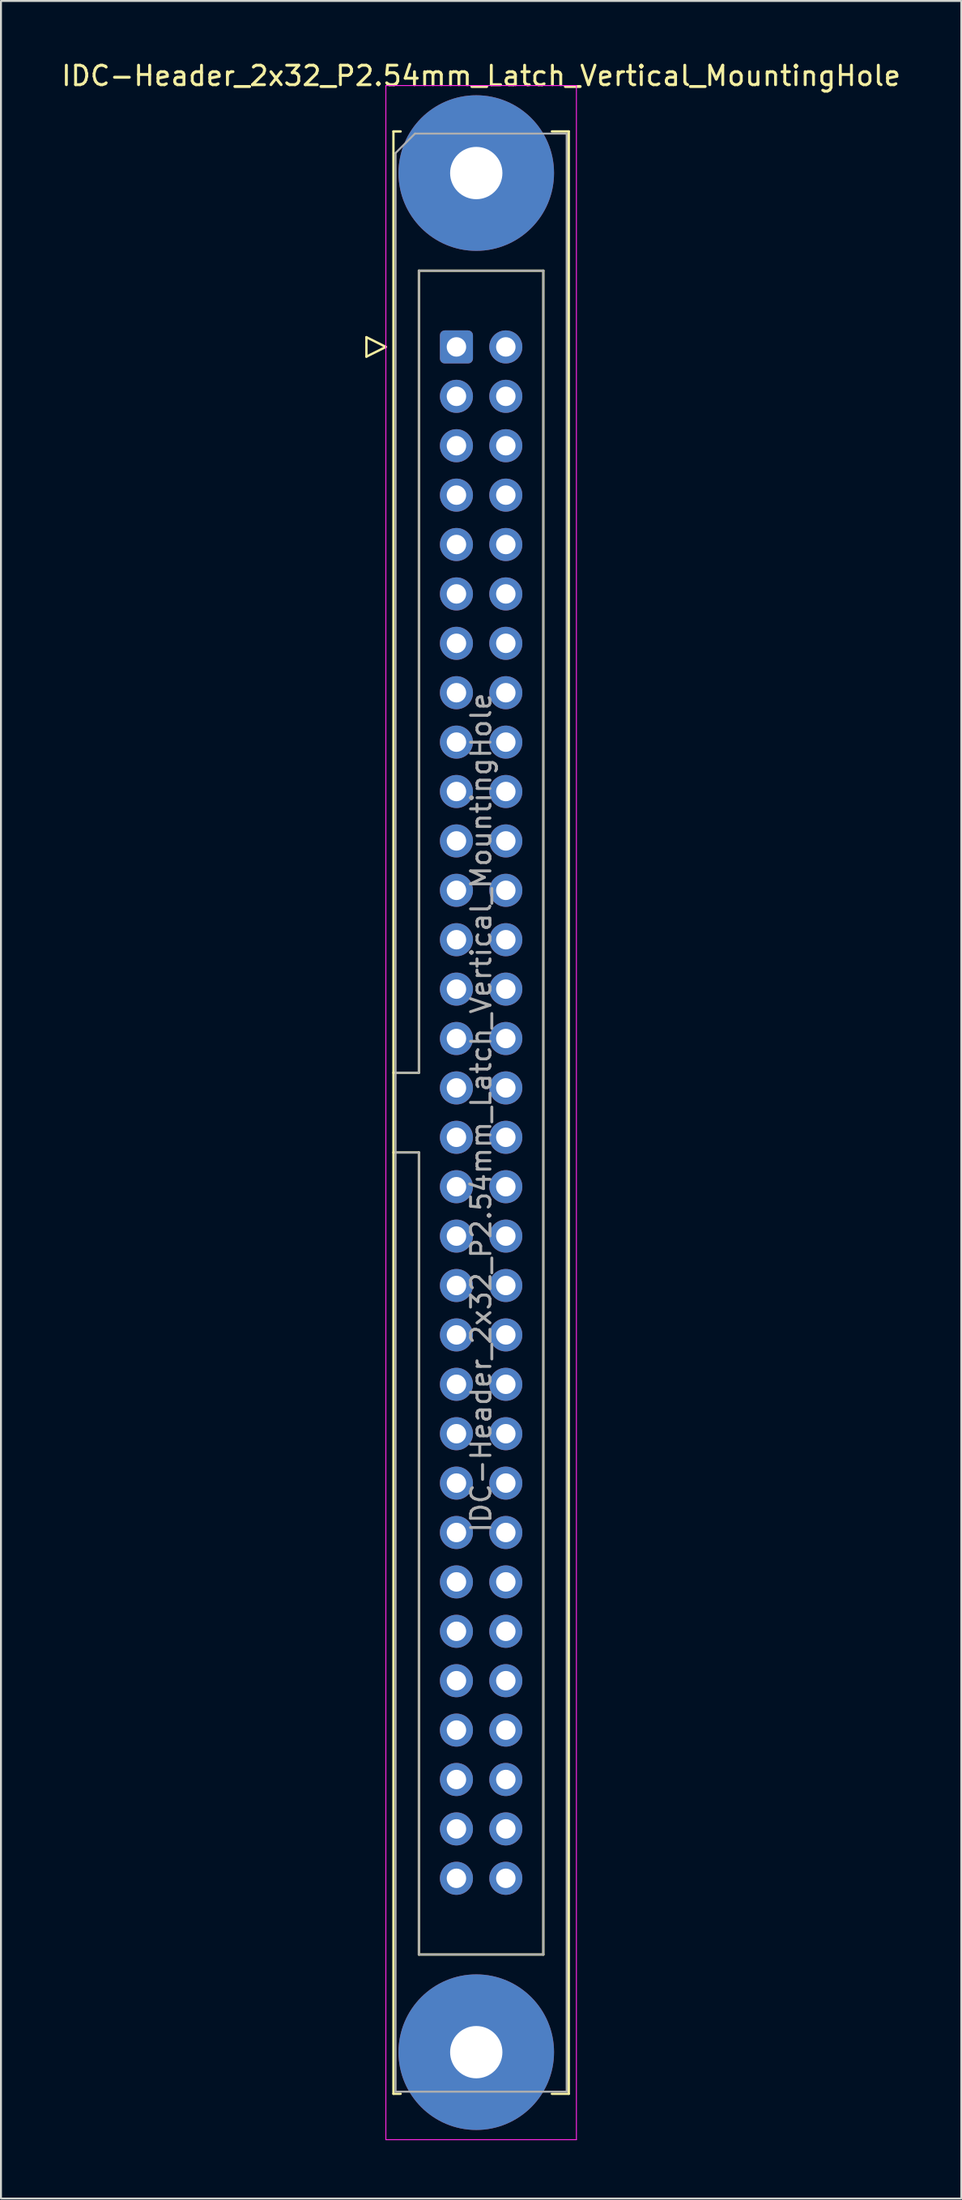
<source format=kicad_pcb>
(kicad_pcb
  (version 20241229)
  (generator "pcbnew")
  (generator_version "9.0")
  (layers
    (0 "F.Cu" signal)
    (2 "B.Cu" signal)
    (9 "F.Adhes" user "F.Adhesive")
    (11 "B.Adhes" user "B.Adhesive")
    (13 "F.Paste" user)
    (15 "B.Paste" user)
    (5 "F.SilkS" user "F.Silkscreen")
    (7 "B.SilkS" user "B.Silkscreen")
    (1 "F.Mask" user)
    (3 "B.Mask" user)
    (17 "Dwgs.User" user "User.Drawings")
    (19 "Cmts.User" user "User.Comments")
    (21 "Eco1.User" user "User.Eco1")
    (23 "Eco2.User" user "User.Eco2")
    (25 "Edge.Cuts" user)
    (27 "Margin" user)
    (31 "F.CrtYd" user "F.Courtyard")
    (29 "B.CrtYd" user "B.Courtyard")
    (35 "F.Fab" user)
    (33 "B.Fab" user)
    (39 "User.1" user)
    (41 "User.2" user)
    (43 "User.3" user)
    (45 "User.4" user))
  (footprint "IDC-Header_2x32_P2.54mm_Latch_Vertical_MountingHole"
    (layer "F.Cu")
    (at 20.426 14.788)
    (property "Reference" "IDC-Header_2x32_P2.54mm_Latch_Vertical_MountingHole" (at 1.27 -13.94 0) (layer "F.SilkS") (effects (font (size 1 1) (thickness 0.15))))
    (attr through_hole)
    (fp_line (start -4.63 -0.5) (end -4.63 0.5) (stroke (width 0.12) (type solid)) (layer "F.SilkS"))
    (fp_line (start -4.63 0.5) (end -3.63 0) (stroke (width 0.12) (type solid)) (layer "F.SilkS"))
    (fp_line (start -3.63 0) (end -4.63 -0.5) (stroke (width 0.12) (type solid)) (layer "F.SilkS"))
    (fp_line (start -3.24 -11.08) (end -3.24 89.82) (stroke (width 0.12) (type solid)) (layer "F.SilkS"))
    (fp_line (start -3.24 37.32) (end -1.93 37.32) (stroke (width 0.12) (type solid)) (layer "F.SilkS"))
    (fp_line (start -3.24 89.82) (end -2.87 89.82) (stroke (width 0.12) (type solid)) (layer "F.SilkS"))
    (fp_line (start -2.87 -11.08) (end -3.24 -11.08) (stroke (width 0.12) (type solid)) (layer "F.SilkS"))
    (fp_line (start -1.93 -3.92) (end 4.47 -3.92) (stroke (width 0.12) (type solid)) (layer "F.SilkS"))
    (fp_line (start -1.93 37.32) (end -1.93 -3.92) (stroke (width 0.12) (type solid)) (layer "F.SilkS"))
    (fp_line (start -1.93 41.42) (end -3.24 41.42) (stroke (width 0.12) (type solid)) (layer "F.SilkS"))
    (fp_line (start -1.93 41.42) (end -1.93 41.42) (stroke (width 0.12) (type solid)) (layer "F.SilkS"))
    (fp_line (start -1.93 82.66) (end -1.93 41.42) (stroke (width 0.12) (type solid)) (layer "F.SilkS"))
    (fp_line (start 4.47 -3.92) (end 4.47 82.66) (stroke (width 0.12) (type solid)) (layer "F.SilkS"))
    (fp_line (start 4.47 82.66) (end -1.93 82.66) (stroke (width 0.12) (type solid)) (layer "F.SilkS"))
    (fp_line (start 4.91 -11.08) (end 5.78 -11.08) (stroke (width 0.12) (type solid)) (layer "F.SilkS"))
    (fp_line (start 5.78 -11.08) (end 5.78 89.82) (stroke (width 0.12) (type solid)) (layer "F.SilkS"))
    (fp_line (start 5.78 89.82) (end 4.91 89.82) (stroke (width 0.12) (type solid)) (layer "F.SilkS"))
    (fp_line (start -3.63 -13.44) (end -3.63 92.18) (stroke (width 0.05) (type solid)) (layer "F.CrtYd"))
    (fp_line (start -3.63 92.18) (end 6.17 92.18) (stroke (width 0.05) (type solid)) (layer "F.CrtYd"))
    (fp_line (start 6.17 -13.44) (end -3.63 -13.44) (stroke (width 0.05) (type solid)) (layer "F.CrtYd"))
    (fp_line (start 6.17 92.18) (end 6.17 -13.44) (stroke (width 0.05) (type solid)) (layer "F.CrtYd"))
    (fp_line (start -3.13 -9.97) (end -2.13 -10.97) (stroke (width 0.1) (type solid)) (layer "F.Fab"))
    (fp_line (start -3.13 37.32) (end -1.93 37.32) (stroke (width 0.1) (type solid)) (layer "F.Fab"))
    (fp_line (start -3.13 89.71) (end -3.13 -9.97) (stroke (width 0.1) (type solid)) (layer "F.Fab"))
    (fp_line (start -2.13 -10.97) (end 5.67 -10.97) (stroke (width 0.1) (type solid)) (layer "F.Fab"))
    (fp_line (start -1.93 -3.92) (end 4.47 -3.92) (stroke (width 0.1) (type solid)) (layer "F.Fab"))
    (fp_line (start -1.93 37.32) (end -1.93 -3.92) (stroke (width 0.1) (type solid)) (layer "F.Fab"))
    (fp_line (start -1.93 41.42) (end -3.13 41.42) (stroke (width 0.1) (type solid)) (layer "F.Fab"))
    (fp_line (start -1.93 41.42) (end -1.93 41.42) (stroke (width 0.1) (type solid)) (layer "F.Fab"))
    (fp_line (start -1.93 82.66) (end -1.93 41.42) (stroke (width 0.1) (type solid)) (layer "F.Fab"))
    (fp_line (start 4.47 -3.92) (end 4.47 82.66) (stroke (width 0.1) (type solid)) (layer "F.Fab"))
    (fp_line (start 4.47 82.66) (end -1.93 82.66) (stroke (width 0.1) (type solid)) (layer "F.Fab"))
    (fp_line (start 5.67 -10.97) (end 5.67 89.71) (stroke (width 0.1) (type solid)) (layer "F.Fab"))
    (fp_line (start 5.67 89.71) (end -3.13 89.71) (stroke (width 0.1) (type solid)) (layer "F.Fab"))
    (fp_text user "${REFERENCE}" (at 1.27 39.37 90) (layer "F.Fab") (effects (font (size 1 1) (thickness 0.15))))
    (pad "" thru_hole circle (at 1.02 -8.94) (size 8 8) (drill 2.69) (layers "*.Cu" "*.Mask"))
    (pad "" thru_hole circle (at 1.02 87.68) (size 8 8) (drill 2.69) (layers "*.Cu" "*.Mask"))
    (pad "1" thru_hole roundrect (at 0 0) (size 1.7 1.7) (drill 1) (layers "*.Cu" "*.Mask") (roundrect_rratio 0.147))
    (pad "2" thru_hole circle (at 2.54 0) (size 1.7 1.7) (drill 1) (layers "*.Cu" "*.Mask"))
    (pad "3" thru_hole circle (at 0 2.54) (size 1.7 1.7) (drill 1) (layers "*.Cu" "*.Mask"))
    (pad "4" thru_hole circle (at 2.54 2.54) (size 1.7 1.7) (drill 1) (layers "*.Cu" "*.Mask"))
    (pad "5" thru_hole circle (at 0 5.08) (size 1.7 1.7) (drill 1) (layers "*.Cu" "*.Mask"))
    (pad "6" thru_hole circle (at 2.54 5.08) (size 1.7 1.7) (drill 1) (layers "*.Cu" "*.Mask"))
    (pad "7" thru_hole circle (at 0 7.62) (size 1.7 1.7) (drill 1) (layers "*.Cu" "*.Mask"))
    (pad "8" thru_hole circle (at 2.54 7.62) (size 1.7 1.7) (drill 1) (layers "*.Cu" "*.Mask"))
    (pad "9" thru_hole circle (at 0 10.16) (size 1.7 1.7) (drill 1) (layers "*.Cu" "*.Mask"))
    (pad "10" thru_hole circle (at 2.54 10.16) (size 1.7 1.7) (drill 1) (layers "*.Cu" "*.Mask"))
    (pad "11" thru_hole circle (at 0 12.7) (size 1.7 1.7) (drill 1) (layers "*.Cu" "*.Mask"))
    (pad "12" thru_hole circle (at 2.54 12.7) (size 1.7 1.7) (drill 1) (layers "*.Cu" "*.Mask"))
    (pad "13" thru_hole circle (at 0 15.24) (size 1.7 1.7) (drill 1) (layers "*.Cu" "*.Mask"))
    (pad "14" thru_hole circle (at 2.54 15.24) (size 1.7 1.7) (drill 1) (layers "*.Cu" "*.Mask"))
    (pad "15" thru_hole circle (at 0 17.78) (size 1.7 1.7) (drill 1) (layers "*.Cu" "*.Mask"))
    (pad "16" thru_hole circle (at 2.54 17.78) (size 1.7 1.7) (drill 1) (layers "*.Cu" "*.Mask"))
    (pad "17" thru_hole circle (at 0 20.32) (size 1.7 1.7) (drill 1) (layers "*.Cu" "*.Mask"))
    (pad "18" thru_hole circle (at 2.54 20.32) (size 1.7 1.7) (drill 1) (layers "*.Cu" "*.Mask"))
    (pad "19" thru_hole circle (at 0 22.86) (size 1.7 1.7) (drill 1) (layers "*.Cu" "*.Mask"))
    (pad "20" thru_hole circle (at 2.54 22.86) (size 1.7 1.7) (drill 1) (layers "*.Cu" "*.Mask"))
    (pad "21" thru_hole circle (at 0 25.4) (size 1.7 1.7) (drill 1) (layers "*.Cu" "*.Mask"))
    (pad "22" thru_hole circle (at 2.54 25.4) (size 1.7 1.7) (drill 1) (layers "*.Cu" "*.Mask"))
    (pad "23" thru_hole circle (at 0 27.94) (size 1.7 1.7) (drill 1) (layers "*.Cu" "*.Mask"))
    (pad "24" thru_hole circle (at 2.54 27.94) (size 1.7 1.7) (drill 1) (layers "*.Cu" "*.Mask"))
    (pad "25" thru_hole circle (at 0 30.48) (size 1.7 1.7) (drill 1) (layers "*.Cu" "*.Mask"))
    (pad "26" thru_hole circle (at 2.54 30.48) (size 1.7 1.7) (drill 1) (layers "*.Cu" "*.Mask"))
    (pad "27" thru_hole circle (at 0 33.02) (size 1.7 1.7) (drill 1) (layers "*.Cu" "*.Mask"))
    (pad "28" thru_hole circle (at 2.54 33.02) (size 1.7 1.7) (drill 1) (layers "*.Cu" "*.Mask"))
    (pad "29" thru_hole circle (at 0 35.56) (size 1.7 1.7) (drill 1) (layers "*.Cu" "*.Mask"))
    (pad "30" thru_hole circle (at 2.54 35.56) (size 1.7 1.7) (drill 1) (layers "*.Cu" "*.Mask"))
    (pad "31" thru_hole circle (at 0 38.1) (size 1.7 1.7) (drill 1) (layers "*.Cu" "*.Mask"))
    (pad "32" thru_hole circle (at 2.54 38.1) (size 1.7 1.7) (drill 1) (layers "*.Cu" "*.Mask"))
    (pad "33" thru_hole circle (at 0 40.64) (size 1.7 1.7) (drill 1) (layers "*.Cu" "*.Mask"))
    (pad "34" thru_hole circle (at 2.54 40.64) (size 1.7 1.7) (drill 1) (layers "*.Cu" "*.Mask"))
    (pad "35" thru_hole circle (at 0 43.18) (size 1.7 1.7) (drill 1) (layers "*.Cu" "*.Mask"))
    (pad "36" thru_hole circle (at 2.54 43.18) (size 1.7 1.7) (drill 1) (layers "*.Cu" "*.Mask"))
    (pad "37" thru_hole circle (at 0 45.72) (size 1.7 1.7) (drill 1) (layers "*.Cu" "*.Mask"))
    (pad "38" thru_hole circle (at 2.54 45.72) (size 1.7 1.7) (drill 1) (layers "*.Cu" "*.Mask"))
    (pad "39" thru_hole circle (at 0 48.26) (size 1.7 1.7) (drill 1) (layers "*.Cu" "*.Mask"))
    (pad "40" thru_hole circle (at 2.54 48.26) (size 1.7 1.7) (drill 1) (layers "*.Cu" "*.Mask"))
    (pad "41" thru_hole circle (at 0 50.8) (size 1.7 1.7) (drill 1) (layers "*.Cu" "*.Mask"))
    (pad "42" thru_hole circle (at 2.54 50.8) (size 1.7 1.7) (drill 1) (layers "*.Cu" "*.Mask"))
    (pad "43" thru_hole circle (at 0 53.34) (size 1.7 1.7) (drill 1) (layers "*.Cu" "*.Mask"))
    (pad "44" thru_hole circle (at 2.54 53.34) (size 1.7 1.7) (drill 1) (layers "*.Cu" "*.Mask"))
    (pad "45" thru_hole circle (at 0 55.88) (size 1.7 1.7) (drill 1) (layers "*.Cu" "*.Mask"))
    (pad "46" thru_hole circle (at 2.54 55.88) (size 1.7 1.7) (drill 1) (layers "*.Cu" "*.Mask"))
    (pad "47" thru_hole circle (at 0 58.42) (size 1.7 1.7) (drill 1) (layers "*.Cu" "*.Mask"))
    (pad "48" thru_hole circle (at 2.54 58.42) (size 1.7 1.7) (drill 1) (layers "*.Cu" "*.Mask"))
    (pad "49" thru_hole circle (at 0 60.96) (size 1.7 1.7) (drill 1) (layers "*.Cu" "*.Mask"))
    (pad "50" thru_hole circle (at 2.54 60.96) (size 1.7 1.7) (drill 1) (layers "*.Cu" "*.Mask"))
    (pad "51" thru_hole circle (at 0 63.5) (size 1.7 1.7) (drill 1) (layers "*.Cu" "*.Mask"))
    (pad "52" thru_hole circle (at 2.54 63.5) (size 1.7 1.7) (drill 1) (layers "*.Cu" "*.Mask"))
    (pad "53" thru_hole circle (at 0 66.04) (size 1.7 1.7) (drill 1) (layers "*.Cu" "*.Mask"))
    (pad "54" thru_hole circle (at 2.54 66.04) (size 1.7 1.7) (drill 1) (layers "*.Cu" "*.Mask"))
    (pad "55" thru_hole circle (at 0 68.58) (size 1.7 1.7) (drill 1) (layers "*.Cu" "*.Mask"))
    (pad "56" thru_hole circle (at 2.54 68.58) (size 1.7 1.7) (drill 1) (layers "*.Cu" "*.Mask"))
    (pad "57" thru_hole circle (at 0 71.12) (size 1.7 1.7) (drill 1) (layers "*.Cu" "*.Mask"))
    (pad "58" thru_hole circle (at 2.54 71.12) (size 1.7 1.7) (drill 1) (layers "*.Cu" "*.Mask"))
    (pad "59" thru_hole circle (at 0 73.66) (size 1.7 1.7) (drill 1) (layers "*.Cu" "*.Mask"))
    (pad "60" thru_hole circle (at 2.54 73.66) (size 1.7 1.7) (drill 1) (layers "*.Cu" "*.Mask"))
    (pad "61" thru_hole circle (at 0 76.2) (size 1.7 1.7) (drill 1) (layers "*.Cu" "*.Mask"))
    (pad "62" thru_hole circle (at 2.54 76.2) (size 1.7 1.7) (drill 1) (layers "*.Cu" "*.Mask"))
    (pad "63" thru_hole circle (at 0 78.74) (size 1.7 1.7) (drill 1) (layers "*.Cu" "*.Mask"))
    (pad "64" thru_hole circle (at 2.54 78.74) (size 1.7 1.7) (drill 1) (layers "*.Cu" "*.Mask")))
  (gr_rect
    (start -3 -3)
    (end 46.393 109.993)
    (stroke (width 0.1) (type default))
    (fill no)
    (layer "Edge.Cuts")))
</source>
